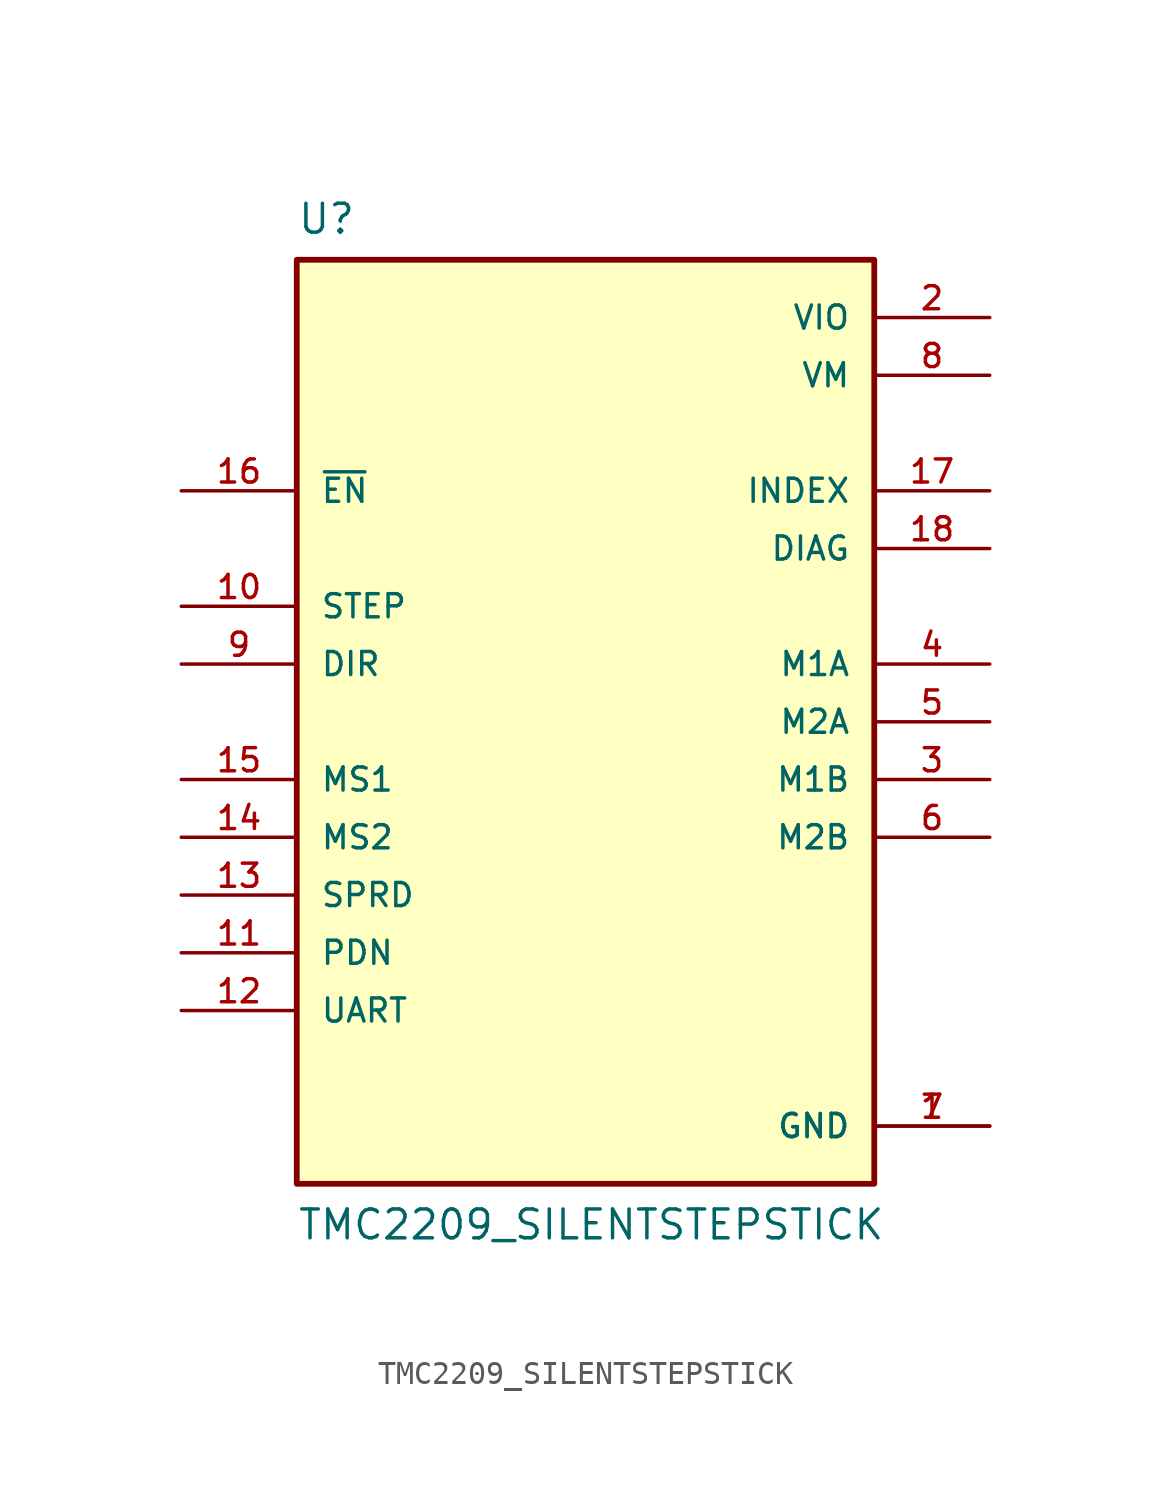
<source format=kicad_sym>
(kicad_symbol_lib
  (version 20211014)
  (generator kicad_symbol_editor)
  (symbol "TMC2209_SILENTSTEPSTICK"
    (pin_names
      (offset 1.016))
    (property "Reference" "U"
      (at -12.7 22.86 0)
      (effects (font (size 1.27 1.27)) (justify top left)))
    (property "Value" "TMC2209_SILENTSTEPSTICK"
      (at -12.7 -22.86 0)
      (effects (font (size 1.27 1.27)) (justify bottom left)))
    (symbol "TMC2209_SILENTSTEPSTICK_0_0"
      (rectangle (start -12.7 -20.32) (end 12.7 20.32) (stroke (width 0.254)) (fill (type background)))
      (pin power_in line (at 17.78 -17.78 180.0) (length 5.08) (name "GND" (effects (font (size 1.016 1.016)))) (number "1" (effects (font (size 1.016 1.016)))))
      (pin power_in line (at 17.78 -17.78 180.0) (length 5.08) (name "GND" (effects (font (size 1.016 1.016)))) (number "7" (effects (font (size 1.016 1.016)))))
      (pin power_in line (at 17.78 17.78 180.0) (length 5.08) (name "VIO" (effects (font (size 1.016 1.016)))) (number "2" (effects (font (size 1.016 1.016)))))
      (pin output line (at 17.78 -2.54 180.0) (length 5.08) (name "M1B" (effects (font (size 1.016 1.016)))) (number "3" (effects (font (size 1.016 1.016)))))
      (pin output line (at 17.78 2.54 180.0) (length 5.08) (name "M1A" (effects (font (size 1.016 1.016)))) (number "4" (effects (font (size 1.016 1.016)))))
      (pin output line (at 17.78 0.0 180.0) (length 5.08) (name "M2A" (effects (font (size 1.016 1.016)))) (number "5" (effects (font (size 1.016 1.016)))))
      (pin output line (at 17.78 -5.08 180.0) (length 5.08) (name "M2B" (effects (font (size 1.016 1.016)))) (number "6" (effects (font (size 1.016 1.016)))))
      (pin power_in line (at 17.78 15.24 180.0) (length 5.08) (name "VM" (effects (font (size 1.016 1.016)))) (number "8" (effects (font (size 1.016 1.016)))))
      (pin output line (at 17.78 10.16 180.0) (length 5.08) (name "INDEX" (effects (font (size 1.016 1.016)))) (number "17" (effects (font (size 1.016 1.016)))))
      (pin input line (at -17.78 2.54 0) (length 5.08) (name "DIR" (effects (font (size 1.016 1.016)))) (number "9" (effects (font (size 1.016 1.016)))))
      (pin input line (at -17.78 5.08 0) (length 5.08) (name "STEP" (effects (font (size 1.016 1.016)))) (number "10" (effects (font (size 1.016 1.016)))))
      (pin bidirectional line (at -17.78 -10.16 0) (length 5.08) (name "PDN" (effects (font (size 1.016 1.016)))) (number "11" (effects (font (size 1.016 1.016)))))
      (pin bidirectional line (at -17.78 -12.7 0) (length 5.08) (name "UART" (effects (font (size 1.016 1.016)))) (number "12" (effects (font (size 1.016 1.016)))))
      (pin input line (at -17.78 -7.62 0) (length 5.08) (name "SPRD" (effects (font (size 1.016 1.016)))) (number "13" (effects (font (size 1.016 1.016)))))
      (pin input line (at -17.78 -5.08 0) (length 5.08) (name "MS2" (effects (font (size 1.016 1.016)))) (number "14" (effects (font (size 1.016 1.016)))))
      (pin input line (at -17.78 -2.54 0) (length 5.08) (name "MS1" (effects (font (size 1.016 1.016)))) (number "15" (effects (font (size 1.016 1.016)))))
      (pin input line (at -17.78 10.16 0) (length 5.08) (name "~{EN}" (effects (font (size 1.016 1.016)))) (number "16" (effects (font (size 1.016 1.016)))))
      (pin output line (at 17.78 7.62 180.0) (length 5.08) (name "DIAG" (effects (font (size 1.016 1.016)))) (number "18" (effects (font (size 1.016 1.016))))))))
</source>
